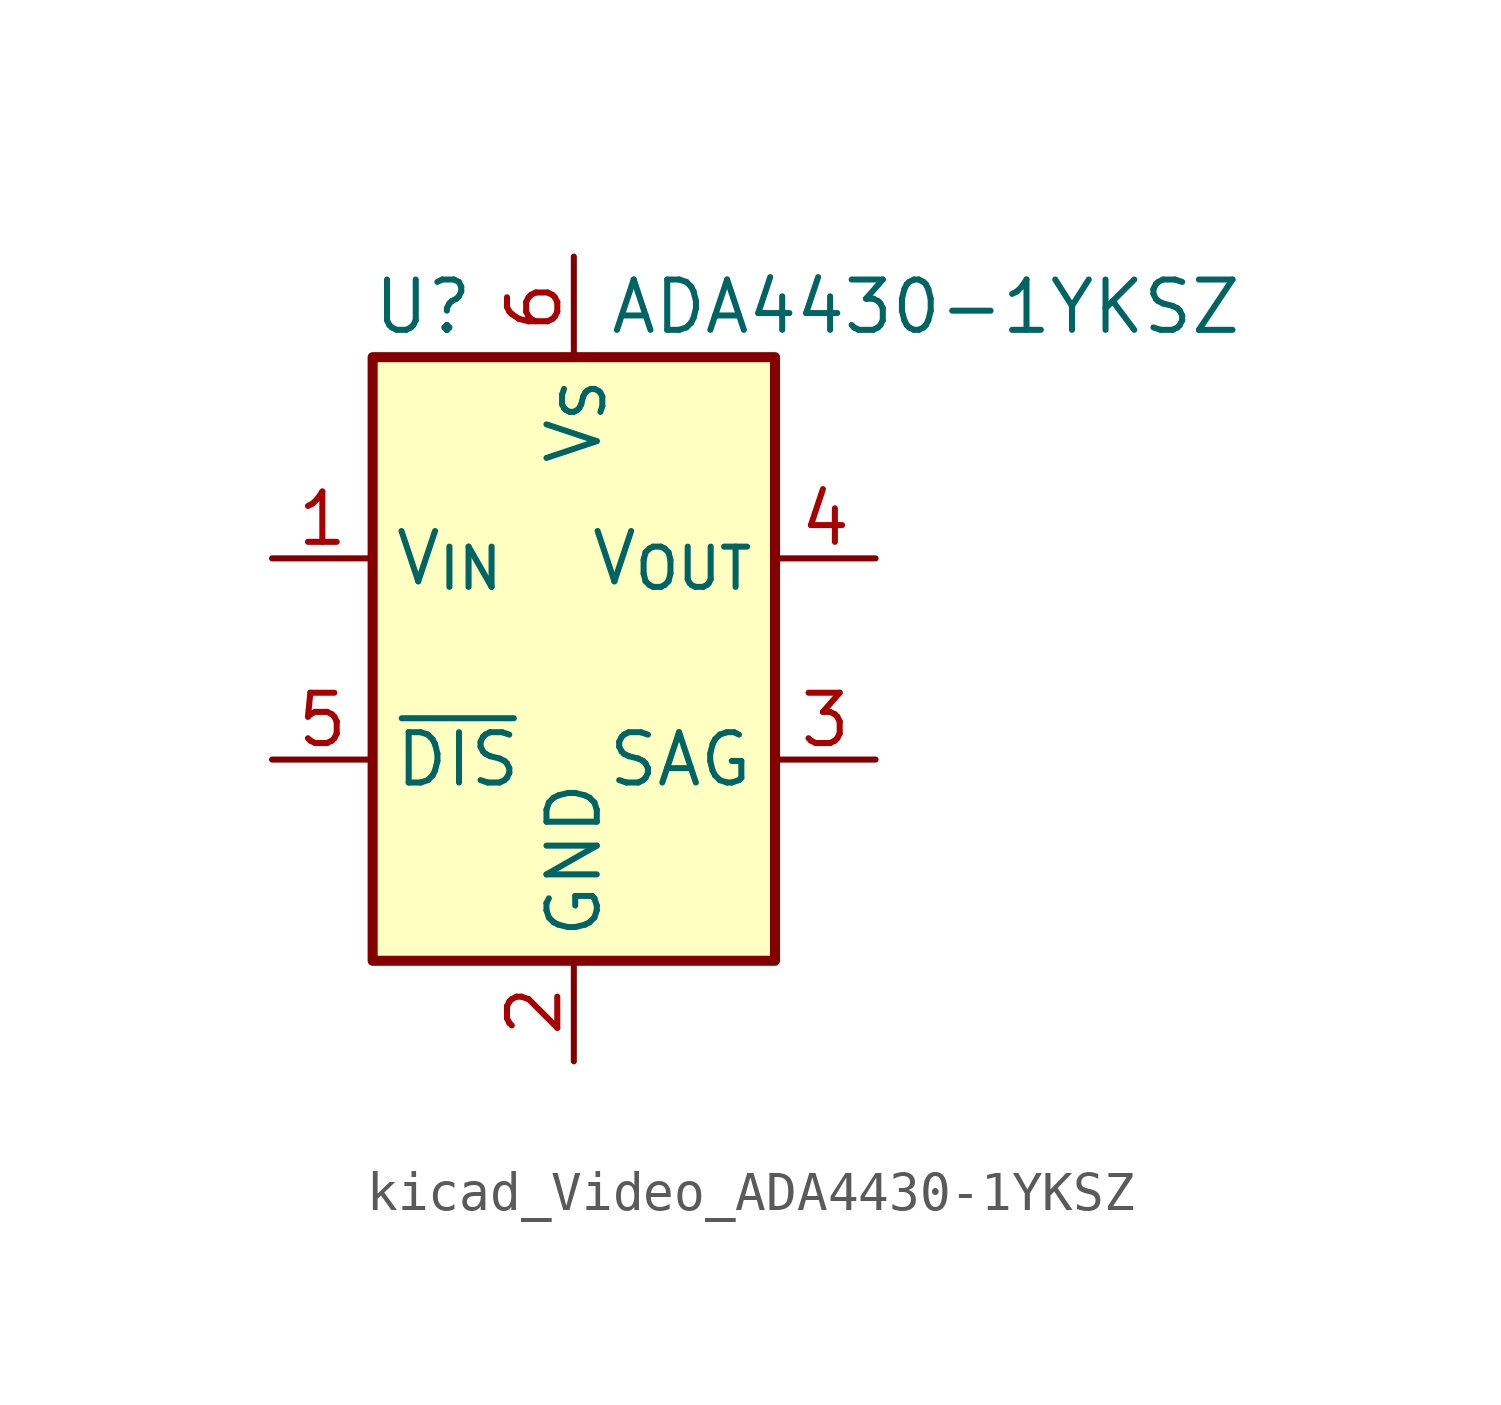
<source format=kicad_sym>
(kicad_symbol_lib
  (version 20220914)
  (generator kicad_symbol_editor)
  (symbol "kicad_Video_ADA4430-1YKSZ"
    (property "Reference" "U"
      (at -3.81 8.89 0)
      (effects (font (size 1.27 1.27))))
    (property "Value" "ADA4430-1YKSZ"
      (at 8.89 8.89 0)
      (effects (font (size 1.27 1.27))))
    (symbol "kicad_Video_ADA4430-1YKSZ_0_1"
      (rectangle (start -5.08 7.62) (end 5.08 -7.62) (stroke (width 0.254) (type default)) (fill (type background))))
    (symbol "kicad_Video_ADA4430-1YKSZ_1_1"
      (pin input line (at -7.62 2.54 0) (length 2.54) (name "V_{IN}" (effects (font (size 1.27 1.27)))) (number "1" (effects (font (size 1.27 1.27)))))
      (pin power_in line (at 0 -10.16 90) (length 2.54) (name "GND" (effects (font (size 1.27 1.27)))) (number "2" (effects (font (size 1.27 1.27)))))
      (pin input line (at 7.62 -2.54 180) (length 2.54) (name "SAG" (effects (font (size 1.27 1.27)))) (number "3" (effects (font (size 1.27 1.27)))))
      (pin output line (at 7.62 2.54 180) (length 2.54) (name "V_{OUT}" (effects (font (size 1.27 1.27)))) (number "4" (effects (font (size 1.27 1.27)))))
      (pin input line (at -7.62 -2.54 0) (length 2.54) (name "~{DIS}" (effects (font (size 1.27 1.27)))) (number "5" (effects (font (size 1.27 1.27)))))
      (pin power_in line (at 0 10.16 270) (length 2.54) (name "V_{S}" (effects (font (size 1.27 1.27)))) (number "6" (effects (font (size 1.27 1.27))))))))
</source>
